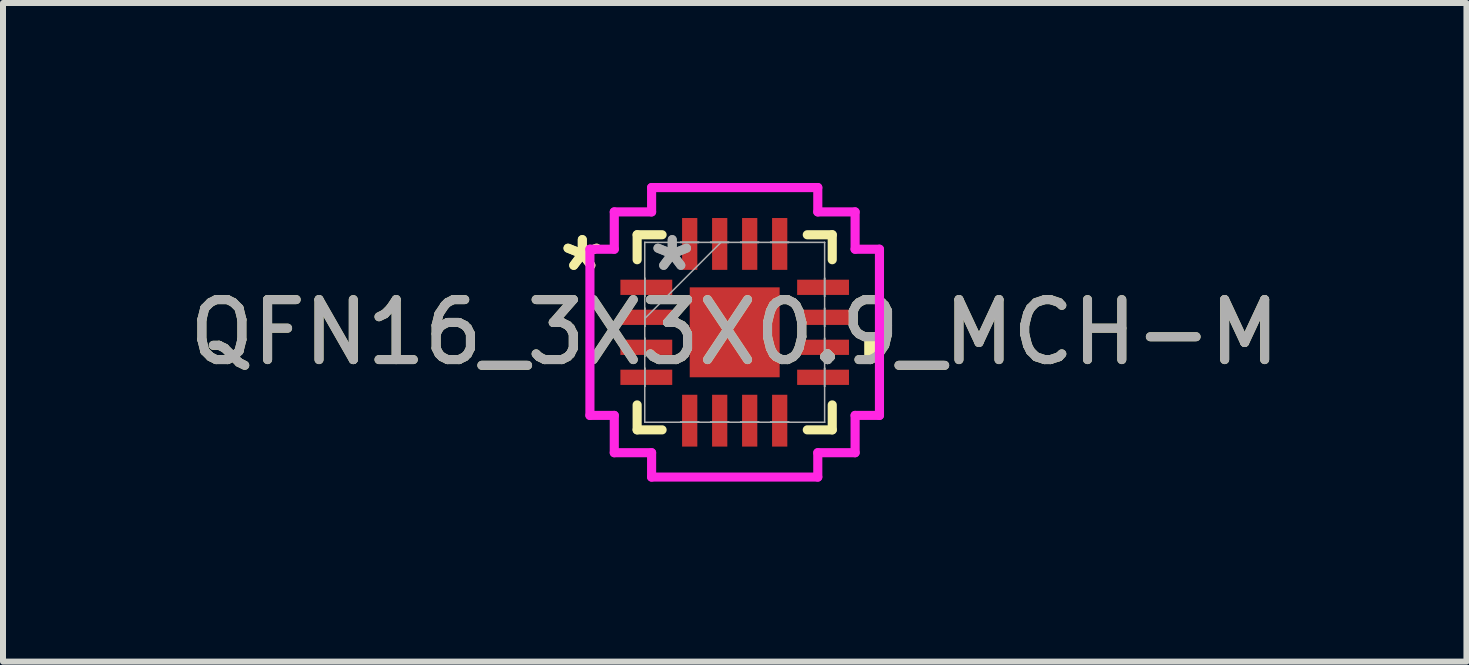
<source format=kicad_pcb>
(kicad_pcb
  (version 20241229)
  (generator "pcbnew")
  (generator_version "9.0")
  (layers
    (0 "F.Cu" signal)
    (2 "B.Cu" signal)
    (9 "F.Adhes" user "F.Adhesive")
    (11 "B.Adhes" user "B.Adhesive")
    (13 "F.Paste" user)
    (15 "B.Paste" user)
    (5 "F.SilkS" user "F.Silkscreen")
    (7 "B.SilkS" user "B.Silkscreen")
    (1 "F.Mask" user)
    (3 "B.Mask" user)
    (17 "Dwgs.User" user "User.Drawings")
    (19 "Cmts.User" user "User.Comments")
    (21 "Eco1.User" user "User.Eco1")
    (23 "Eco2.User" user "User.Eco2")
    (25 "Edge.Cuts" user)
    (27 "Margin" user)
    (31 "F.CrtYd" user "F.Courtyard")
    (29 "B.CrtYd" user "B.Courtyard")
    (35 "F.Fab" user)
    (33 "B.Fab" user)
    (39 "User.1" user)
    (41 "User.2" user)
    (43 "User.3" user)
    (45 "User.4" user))
  (footprint "QFN16_3X3X0.9_MCH-M"
    (layer "F.Cu")
    (at 9.196 2.489)
    (property "Reference" "QFN16_3X3X0.9_MCH-M" (at 0 0 0) (unlocked yes) (layer "F.SilkS") (effects (font (size 1 1) (thickness 0.15))))
    (attr smd)
    (fp_line (start -1.626 -1.626) (end -1.626 -1.21) (stroke (width 0.152) (type solid)) (layer "F.SilkS"))
    (fp_line (start -1.626 1.21) (end -1.626 1.626) (stroke (width 0.152) (type solid)) (layer "F.SilkS"))
    (fp_line (start -1.626 1.626) (end -1.21 1.626) (stroke (width 0.152) (type solid)) (layer "F.SilkS"))
    (fp_line (start -1.21 -1.626) (end -1.626 -1.626) (stroke (width 0.152) (type solid)) (layer "F.SilkS"))
    (fp_line (start 1.21 1.626) (end 1.626 1.626) (stroke (width 0.152) (type solid)) (layer "F.SilkS"))
    (fp_line (start 1.626 -1.626) (end 1.21 -1.626) (stroke (width 0.152) (type solid)) (layer "F.SilkS"))
    (fp_line (start 1.626 -1.21) (end 1.626 -1.626) (stroke (width 0.152) (type solid)) (layer "F.SilkS"))
    (fp_line (start 1.626 1.626) (end 1.626 1.21) (stroke (width 0.152) (type solid)) (layer "F.SilkS"))
    (fp_poly (pts (xy 2.413 0.059) (xy 2.413 0.441) (xy 2.159 0.441) (xy 2.159 0.059)) (stroke (width 0) (type solid)) (fill yes) (layer "F.SilkS"))
    (fp_line (start -2.413 -1.385) (end -2.007 -1.385) (stroke (width 0.152) (type solid)) (layer "F.CrtYd"))
    (fp_line (start -2.413 1.385) (end -2.413 -1.385) (stroke (width 0.152) (type solid)) (layer "F.CrtYd"))
    (fp_line (start -2.007 -2.007) (end -1.385 -2.007) (stroke (width 0.152) (type solid)) (layer "F.CrtYd"))
    (fp_line (start -2.007 -1.385) (end -2.007 -2.007) (stroke (width 0.152) (type solid)) (layer "F.CrtYd"))
    (fp_line (start -2.007 1.385) (end -2.413 1.385) (stroke (width 0.152) (type solid)) (layer "F.CrtYd"))
    (fp_line (start -2.007 2.007) (end -2.007 1.385) (stroke (width 0.152) (type solid)) (layer "F.CrtYd"))
    (fp_line (start -1.385 -2.413) (end 1.385 -2.413) (stroke (width 0.152) (type solid)) (layer "F.CrtYd"))
    (fp_line (start -1.385 -2.007) (end -1.385 -2.413) (stroke (width 0.152) (type solid)) (layer "F.CrtYd"))
    (fp_line (start -1.385 2.007) (end -2.007 2.007) (stroke (width 0.152) (type solid)) (layer "F.CrtYd"))
    (fp_line (start -1.385 2.413) (end -1.385 2.007) (stroke (width 0.152) (type solid)) (layer "F.CrtYd"))
    (fp_line (start 1.385 -2.413) (end 1.385 -2.007) (stroke (width 0.152) (type solid)) (layer "F.CrtYd"))
    (fp_line (start 1.385 -2.007) (end 2.007 -2.007) (stroke (width 0.152) (type solid)) (layer "F.CrtYd"))
    (fp_line (start 1.385 2.007) (end 1.385 2.413) (stroke (width 0.152) (type solid)) (layer "F.CrtYd"))
    (fp_line (start 1.385 2.413) (end -1.385 2.413) (stroke (width 0.152) (type solid)) (layer "F.CrtYd"))
    (fp_line (start 2.007 -2.007) (end 2.007 -1.385) (stroke (width 0.152) (type solid)) (layer "F.CrtYd"))
    (fp_line (start 2.007 -1.385) (end 2.413 -1.385) (stroke (width 0.152) (type solid)) (layer "F.CrtYd"))
    (fp_line (start 2.007 1.385) (end 2.007 2.007) (stroke (width 0.152) (type solid)) (layer "F.CrtYd"))
    (fp_line (start 2.007 2.007) (end 1.385 2.007) (stroke (width 0.152) (type solid)) (layer "F.CrtYd"))
    (fp_line (start 2.413 -1.385) (end 2.413 1.385) (stroke (width 0.152) (type solid)) (layer "F.CrtYd"))
    (fp_line (start 2.413 1.385) (end 2.007 1.385) (stroke (width 0.152) (type solid)) (layer "F.CrtYd"))
    (fp_line (start -1.499 -1.499) (end -1.499 -1.499) (stroke (width 0.025) (type solid)) (layer "F.Fab"))
    (fp_line (start -1.499 -1.499) (end -1.499 1.499) (stroke (width 0.025) (type solid)) (layer "F.Fab"))
    (fp_line (start -1.499 -0.902) (end -1.499 -0.902) (stroke (width 0.025) (type solid)) (layer "F.Fab"))
    (fp_line (start -1.499 -0.902) (end -1.499 -0.598) (stroke (width 0.025) (type solid)) (layer "F.Fab"))
    (fp_line (start -1.499 -0.598) (end -1.499 -0.902) (stroke (width 0.025) (type solid)) (layer "F.Fab"))
    (fp_line (start -1.499 -0.598) (end -1.499 -0.598) (stroke (width 0.025) (type solid)) (layer "F.Fab"))
    (fp_line (start -1.499 -0.402) (end -1.499 -0.402) (stroke (width 0.025) (type solid)) (layer "F.Fab"))
    (fp_line (start -1.499 -0.402) (end -1.499 -0.098) (stroke (width 0.025) (type solid)) (layer "F.Fab"))
    (fp_line (start -1.499 -0.229) (end -0.229 -1.499) (stroke (width 0.025) (type solid)) (layer "F.Fab"))
    (fp_line (start -1.499 -0.098) (end -1.499 -0.402) (stroke (width 0.025) (type solid)) (layer "F.Fab"))
    (fp_line (start -1.499 -0.098) (end -1.499 -0.098) (stroke (width 0.025) (type solid)) (layer "F.Fab"))
    (fp_line (start -1.499 0.098) (end -1.499 0.098) (stroke (width 0.025) (type solid)) (layer "F.Fab"))
    (fp_line (start -1.499 0.098) (end -1.499 0.402) (stroke (width 0.025) (type solid)) (layer "F.Fab"))
    (fp_line (start -1.499 0.402) (end -1.499 0.098) (stroke (width 0.025) (type solid)) (layer "F.Fab"))
    (fp_line (start -1.499 0.402) (end -1.499 0.402) (stroke (width 0.025) (type solid)) (layer "F.Fab"))
    (fp_line (start -1.499 0.598) (end -1.499 0.598) (stroke (width 0.025) (type solid)) (layer "F.Fab"))
    (fp_line (start -1.499 0.598) (end -1.499 0.902) (stroke (width 0.025) (type solid)) (layer "F.Fab"))
    (fp_line (start -1.499 0.902) (end -1.499 0.598) (stroke (width 0.025) (type solid)) (layer "F.Fab"))
    (fp_line (start -1.499 0.902) (end -1.499 0.902) (stroke (width 0.025) (type solid)) (layer "F.Fab"))
    (fp_line (start -1.499 1.499) (end -1.499 1.499) (stroke (width 0.025) (type solid)) (layer "F.Fab"))
    (fp_line (start -1.499 1.499) (end 1.499 1.499) (stroke (width 0.025) (type solid)) (layer "F.Fab"))
    (fp_line (start -0.902 -1.499) (end -0.902 -1.499) (stroke (width 0.025) (type solid)) (layer "F.Fab"))
    (fp_line (start -0.902 -1.499) (end -0.598 -1.499) (stroke (width 0.025) (type solid)) (layer "F.Fab"))
    (fp_line (start -0.902 1.499) (end -0.902 1.499) (stroke (width 0.025) (type solid)) (layer "F.Fab"))
    (fp_line (start -0.902 1.499) (end -0.598 1.499) (stroke (width 0.025) (type solid)) (layer "F.Fab"))
    (fp_line (start -0.598 -1.499) (end -0.902 -1.499) (stroke (width 0.025) (type solid)) (layer "F.Fab"))
    (fp_line (start -0.598 -1.499) (end -0.598 -1.499) (stroke (width 0.025) (type solid)) (layer "F.Fab"))
    (fp_line (start -0.598 1.499) (end -0.902 1.499) (stroke (width 0.025) (type solid)) (layer "F.Fab"))
    (fp_line (start -0.598 1.499) (end -0.598 1.499) (stroke (width 0.025) (type solid)) (layer "F.Fab"))
    (fp_line (start -0.402 -1.499) (end -0.402 -1.499) (stroke (width 0.025) (type solid)) (layer "F.Fab"))
    (fp_line (start -0.402 -1.499) (end -0.098 -1.499) (stroke (width 0.025) (type solid)) (layer "F.Fab"))
    (fp_line (start -0.402 1.499) (end -0.402 1.499) (stroke (width 0.025) (type solid)) (layer "F.Fab"))
    (fp_line (start -0.402 1.499) (end -0.098 1.499) (stroke (width 0.025) (type solid)) (layer "F.Fab"))
    (fp_line (start -0.098 -1.499) (end -0.402 -1.499) (stroke (width 0.025) (type solid)) (layer "F.Fab"))
    (fp_line (start -0.098 -1.499) (end -0.098 -1.499) (stroke (width 0.025) (type solid)) (layer "F.Fab"))
    (fp_line (start -0.098 1.499) (end -0.402 1.499) (stroke (width 0.025) (type solid)) (layer "F.Fab"))
    (fp_line (start -0.098 1.499) (end -0.098 1.499) (stroke (width 0.025) (type solid)) (layer "F.Fab"))
    (fp_line (start 0.098 -1.499) (end 0.098 -1.499) (stroke (width 0.025) (type solid)) (layer "F.Fab"))
    (fp_line (start 0.098 -1.499) (end 0.402 -1.499) (stroke (width 0.025) (type solid)) (layer "F.Fab"))
    (fp_line (start 0.098 1.499) (end 0.098 1.499) (stroke (width 0.025) (type solid)) (layer "F.Fab"))
    (fp_line (start 0.098 1.499) (end 0.402 1.499) (stroke (width 0.025) (type solid)) (layer "F.Fab"))
    (fp_line (start 0.402 -1.499) (end 0.098 -1.499) (stroke (width 0.025) (type solid)) (layer "F.Fab"))
    (fp_line (start 0.402 -1.499) (end 0.402 -1.499) (stroke (width 0.025) (type solid)) (layer "F.Fab"))
    (fp_line (start 0.402 1.499) (end 0.098 1.499) (stroke (width 0.025) (type solid)) (layer "F.Fab"))
    (fp_line (start 0.402 1.499) (end 0.402 1.499) (stroke (width 0.025) (type solid)) (layer "F.Fab"))
    (fp_line (start 0.598 -1.499) (end 0.598 -1.499) (stroke (width 0.025) (type solid)) (layer "F.Fab"))
    (fp_line (start 0.598 -1.499) (end 0.902 -1.499) (stroke (width 0.025) (type solid)) (layer "F.Fab"))
    (fp_line (start 0.598 1.499) (end 0.598 1.499) (stroke (width 0.025) (type solid)) (layer "F.Fab"))
    (fp_line (start 0.598 1.499) (end 0.902 1.499) (stroke (width 0.025) (type solid)) (layer "F.Fab"))
    (fp_line (start 0.902 -1.499) (end 0.598 -1.499) (stroke (width 0.025) (type solid)) (layer "F.Fab"))
    (fp_line (start 0.902 -1.499) (end 0.902 -1.499) (stroke (width 0.025) (type solid)) (layer "F.Fab"))
    (fp_line (start 0.902 1.499) (end 0.598 1.499) (stroke (width 0.025) (type solid)) (layer "F.Fab"))
    (fp_line (start 0.902 1.499) (end 0.902 1.499) (stroke (width 0.025) (type solid)) (layer "F.Fab"))
    (fp_line (start 1.499 -1.499) (end -1.499 -1.499) (stroke (width 0.025) (type solid)) (layer "F.Fab"))
    (fp_line (start 1.499 -1.499) (end 1.499 -1.499) (stroke (width 0.025) (type solid)) (layer "F.Fab"))
    (fp_line (start 1.499 -0.902) (end 1.499 -0.902) (stroke (width 0.025) (type solid)) (layer "F.Fab"))
    (fp_line (start 1.499 -0.902) (end 1.499 -0.598) (stroke (width 0.025) (type solid)) (layer "F.Fab"))
    (fp_line (start 1.499 -0.598) (end 1.499 -0.902) (stroke (width 0.025) (type solid)) (layer "F.Fab"))
    (fp_line (start 1.499 -0.598) (end 1.499 -0.598) (stroke (width 0.025) (type solid)) (layer "F.Fab"))
    (fp_line (start 1.499 -0.402) (end 1.499 -0.402) (stroke (width 0.025) (type solid)) (layer "F.Fab"))
    (fp_line (start 1.499 -0.402) (end 1.499 -0.098) (stroke (width 0.025) (type solid)) (layer "F.Fab"))
    (fp_line (start 1.499 -0.098) (end 1.499 -0.402) (stroke (width 0.025) (type solid)) (layer "F.Fab"))
    (fp_line (start 1.499 -0.098) (end 1.499 -0.098) (stroke (width 0.025) (type solid)) (layer "F.Fab"))
    (fp_line (start 1.499 0.098) (end 1.499 0.098) (stroke (width 0.025) (type solid)) (layer "F.Fab"))
    (fp_line (start 1.499 0.098) (end 1.499 0.402) (stroke (width 0.025) (type solid)) (layer "F.Fab"))
    (fp_line (start 1.499 0.402) (end 1.499 0.098) (stroke (width 0.025) (type solid)) (layer "F.Fab"))
    (fp_line (start 1.499 0.402) (end 1.499 0.402) (stroke (width 0.025) (type solid)) (layer "F.Fab"))
    (fp_line (start 1.499 0.598) (end 1.499 0.598) (stroke (width 0.025) (type solid)) (layer "F.Fab"))
    (fp_line (start 1.499 0.598) (end 1.499 0.902) (stroke (width 0.025) (type solid)) (layer "F.Fab"))
    (fp_line (start 1.499 0.902) (end 1.499 0.598) (stroke (width 0.025) (type solid)) (layer "F.Fab"))
    (fp_line (start 1.499 0.902) (end 1.499 0.902) (stroke (width 0.025) (type solid)) (layer "F.Fab"))
    (fp_line (start 1.499 1.499) (end 1.499 -1.499) (stroke (width 0.025) (type solid)) (layer "F.Fab"))
    (fp_line (start 1.499 1.499) (end 1.499 1.499) (stroke (width 0.025) (type solid)) (layer "F.Fab"))
    (fp_text user "*" (at -2.54 -1 0) (unlocked yes) (layer "F.SilkS") (effects (font (size 1 1) (thickness 0.15))))
    (fp_text user "*" (at -2.54 -1 0) (layer "F.SilkS") (effects (font (size 1 1) (thickness 0.15))))
    (fp_text user "*" (at -1.041 -1 0) (layer "F.Fab") (effects (font (size 1 1) (thickness 0.15))))
    (fp_text user "${REFERENCE}" (at 0 0 0) (unlocked yes) (layer "F.Fab") (effects (font (size 1 1) (thickness 0.15))))
    (fp_text user "*" (at -1.041 -1 0) (unlocked yes) (layer "F.Fab") (effects (font (size 1 1) (thickness 0.15))))
    (pad "1" smd rect (at -1.473 -0.75 90) (size 0.254 0.864) (layers "F.Cu" "F.Mask" "F.Paste"))
    (pad "2" smd rect (at -1.473 -0.25 90) (size 0.254 0.864) (layers "F.Cu" "F.Mask" "F.Paste"))
    (pad "3" smd rect (at -1.473 0.25 90) (size 0.254 0.864) (layers "F.Cu" "F.Mask" "F.Paste"))
    (pad "4" smd rect (at -1.473 0.75 90) (size 0.254 0.864) (layers "F.Cu" "F.Mask" "F.Paste"))
    (pad "5" smd rect (at -0.75 1.473) (size 0.254 0.864) (layers "F.Cu" "F.Mask" "F.Paste"))
    (pad "6" smd rect (at -0.25 1.473) (size 0.254 0.864) (layers "F.Cu" "F.Mask" "F.Paste"))
    (pad "7" smd rect (at 0.25 1.473) (size 0.254 0.864) (layers "F.Cu" "F.Mask" "F.Paste"))
    (pad "8" smd rect (at 0.75 1.473) (size 0.254 0.864) (layers "F.Cu" "F.Mask" "F.Paste"))
    (pad "9" smd rect (at 1.473 0.75 90) (size 0.254 0.864) (layers "F.Cu" "F.Mask" "F.Paste"))
    (pad "10" smd rect (at 1.473 0.25 90) (size 0.254 0.864) (layers "F.Cu" "F.Mask" "F.Paste"))
    (pad "11" smd rect (at 1.473 -0.25 90) (size 0.254 0.864) (layers "F.Cu" "F.Mask" "F.Paste"))
    (pad "12" smd rect (at 1.473 -0.75 90) (size 0.254 0.864) (layers "F.Cu" "F.Mask" "F.Paste"))
    (pad "13" smd rect (at 0.75 -1.473) (size 0.254 0.864) (layers "F.Cu" "F.Mask" "F.Paste"))
    (pad "14" smd rect (at 0.25 -1.473) (size 0.254 0.864) (layers "F.Cu" "F.Mask" "F.Paste"))
    (pad "15" smd rect (at -0.25 -1.473) (size 0.254 0.864) (layers "F.Cu" "F.Mask" "F.Paste"))
    (pad "16" smd rect (at -0.75 -1.473) (size 0.254 0.864) (layers "F.Cu" "F.Mask" "F.Paste"))
    (pad "17" smd rect (at 0 0) (size 1.499 1.499) (layers "F.Cu" "F.Mask" "F.Paste")))
  (gr_rect
    (start -3 -3)
    (end 21.393 7.978)
    (stroke (width 0.1) (type default))
    (fill no)
    (layer "Edge.Cuts")))
</source>
